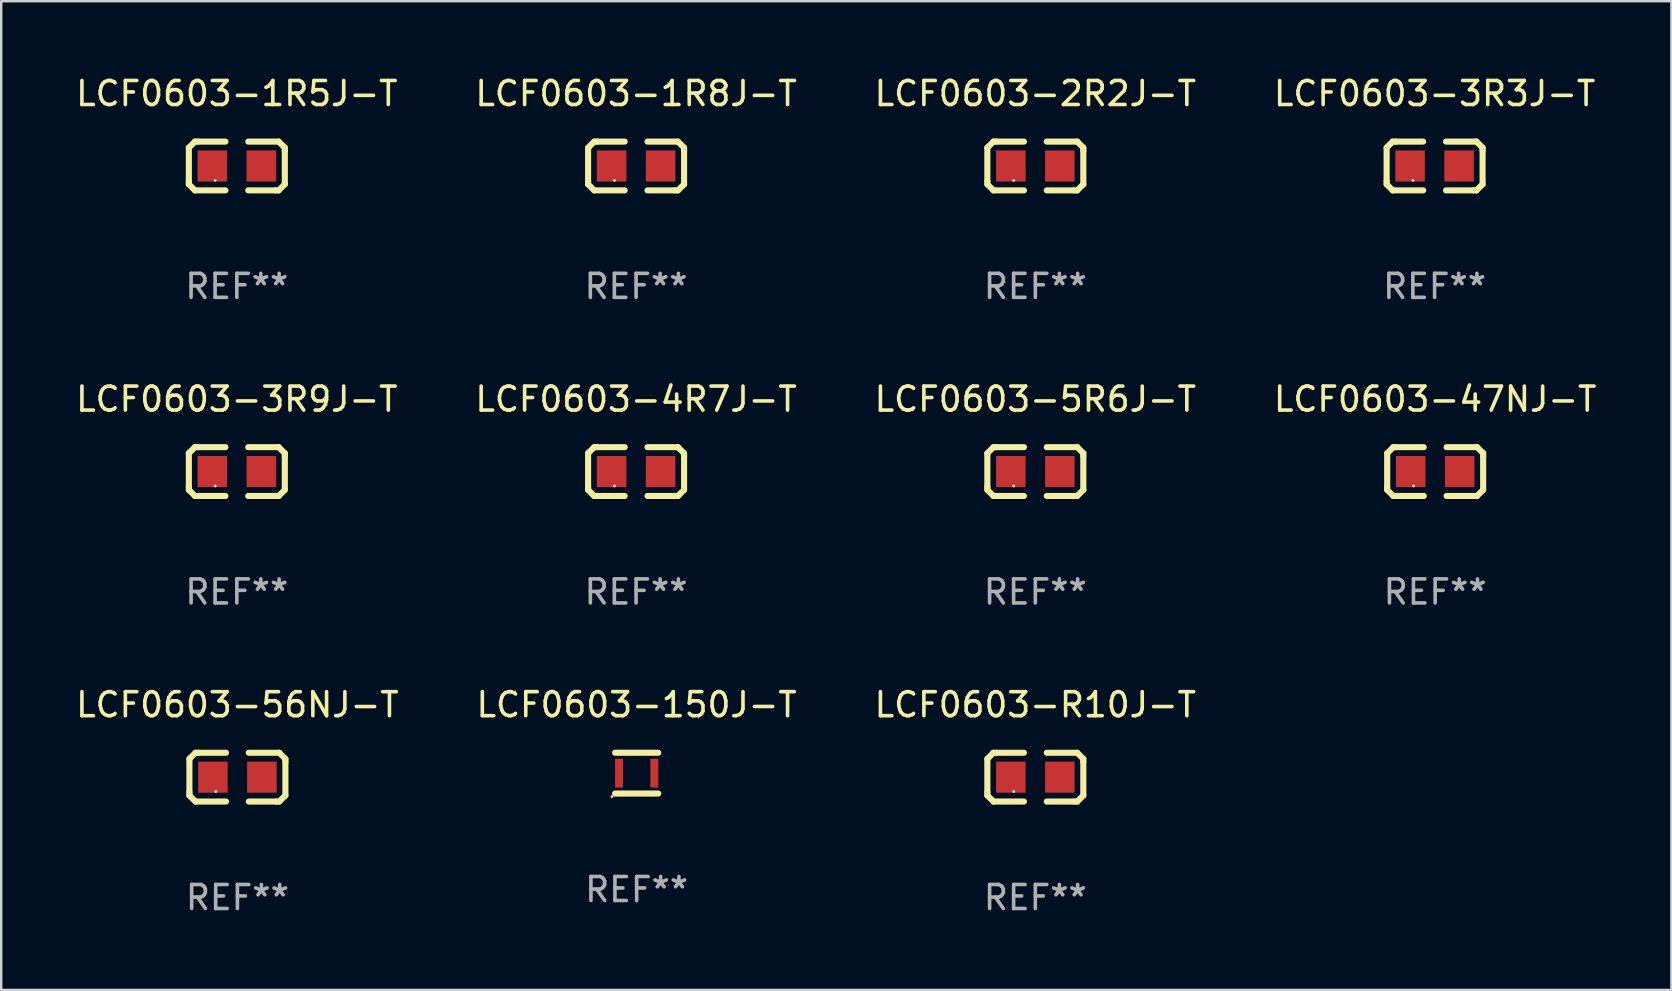
<source format=kicad_pcb>
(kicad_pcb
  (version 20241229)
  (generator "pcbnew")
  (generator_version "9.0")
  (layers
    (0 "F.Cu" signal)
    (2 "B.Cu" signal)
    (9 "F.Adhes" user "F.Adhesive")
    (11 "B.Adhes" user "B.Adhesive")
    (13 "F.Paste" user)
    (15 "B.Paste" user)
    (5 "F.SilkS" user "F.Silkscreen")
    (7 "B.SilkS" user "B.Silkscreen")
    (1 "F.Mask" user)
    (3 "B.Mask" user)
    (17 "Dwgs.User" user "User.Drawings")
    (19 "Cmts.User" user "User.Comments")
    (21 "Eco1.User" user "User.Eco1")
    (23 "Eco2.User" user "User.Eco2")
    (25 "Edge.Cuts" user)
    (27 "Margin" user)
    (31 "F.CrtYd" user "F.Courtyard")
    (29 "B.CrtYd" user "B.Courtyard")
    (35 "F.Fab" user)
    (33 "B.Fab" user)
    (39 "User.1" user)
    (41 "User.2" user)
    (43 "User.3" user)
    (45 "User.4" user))
  (footprint "LCF0603-R10J-T"
    (layer "F.Cu")
    (at 40.077 29.322)
    (property "Reference" "LCF0603-R10J-T" (at 0 -3.016 0) (layer "F.SilkS") (effects (font (size 1 1) (thickness 0.15))))
    (attr through_hole)
    (fp_line (start -1.999 -0.762) (end -1.999 0.635) (stroke (width 0.254) (type solid)) (layer "F.SilkS"))
    (fp_line (start -1.999 0.635) (end -1.999 0.762) (stroke (width 0.254) (type solid)) (layer "F.SilkS"))
    (fp_line (start -1.999 0.762) (end -1.745 1.016) (stroke (width 0.254) (type solid)) (layer "F.SilkS"))
    (fp_line (start -1.745 -1.016) (end -1.999 -0.762) (stroke (width 0.254) (type solid)) (layer "F.SilkS"))
    (fp_line (start -1.745 1.016) (end -0.475 1.016) (stroke (width 0.254) (type solid)) (layer "F.SilkS"))
    (fp_line (start -1.618 -1.016) (end -1.745 -1.016) (stroke (width 0.254) (type solid)) (layer "F.SilkS"))
    (fp_line (start -0.475 -1.016) (end -1.618 -1.016) (stroke (width 0.254) (type solid)) (layer "F.SilkS"))
    (fp_line (start 0.475 1.016) (end 1.618 1.016) (stroke (width 0.254) (type solid)) (layer "F.SilkS"))
    (fp_line (start 1.618 1.016) (end 1.745 1.016) (stroke (width 0.254) (type solid)) (layer "F.SilkS"))
    (fp_line (start 1.745 -1.016) (end 0.475 -1.016) (stroke (width 0.254) (type solid)) (layer "F.SilkS"))
    (fp_line (start 1.745 1.016) (end 1.999 0.762) (stroke (width 0.254) (type solid)) (layer "F.SilkS"))
    (fp_line (start 1.999 -0.762) (end 1.745 -1.016) (stroke (width 0.254) (type solid)) (layer "F.SilkS"))
    (fp_line (start 1.999 -0.635) (end 1.999 -0.762) (stroke (width 0.254) (type solid)) (layer "F.SilkS"))
    (fp_line (start 1.999 0.762) (end 1.999 -0.635) (stroke (width 0.254) (type solid)) (layer "F.SilkS"))
    (fp_circle (center -0.9 0.6) (end -0.87 0.6) (stroke (width 0.06) (type solid)) (fill no) (layer "F.SilkS"))
    (fp_text user "REF**" (at 0 5.016 0) (layer "F.Fab") (effects (font (size 1 1) (thickness 0.15))))
    (pad "1" smd rect (at -1.02 0) (size 1.23 1.296) (layers "F.Cu" "F.Mask" "F.Paste"))
    (pad "2" smd rect (at 1.02 0) (size 1.23 1.296) (layers "F.Cu" "F.Mask" "F.Paste")))
  (footprint "LCF0603-3R3J-T"
    (layer "F.Cu")
    (at 56.708 3.864)
    (property "Reference" "LCF0603-3R3J-T" (at 0 -3.016 0) (layer "F.SilkS") (effects (font (size 1 1) (thickness 0.15))))
    (attr through_hole)
    (fp_line (start -1.999 -0.762) (end -1.999 0.635) (stroke (width 0.254) (type solid)) (layer "F.SilkS"))
    (fp_line (start -1.999 0.635) (end -1.999 0.762) (stroke (width 0.254) (type solid)) (layer "F.SilkS"))
    (fp_line (start -1.999 0.762) (end -1.745 1.016) (stroke (width 0.254) (type solid)) (layer "F.SilkS"))
    (fp_line (start -1.745 -1.016) (end -1.999 -0.762) (stroke (width 0.254) (type solid)) (layer "F.SilkS"))
    (fp_line (start -1.745 1.016) (end -0.475 1.016) (stroke (width 0.254) (type solid)) (layer "F.SilkS"))
    (fp_line (start -1.618 -1.016) (end -1.745 -1.016) (stroke (width 0.254) (type solid)) (layer "F.SilkS"))
    (fp_line (start -0.475 -1.016) (end -1.618 -1.016) (stroke (width 0.254) (type solid)) (layer "F.SilkS"))
    (fp_line (start 0.475 1.016) (end 1.618 1.016) (stroke (width 0.254) (type solid)) (layer "F.SilkS"))
    (fp_line (start 1.618 1.016) (end 1.745 1.016) (stroke (width 0.254) (type solid)) (layer "F.SilkS"))
    (fp_line (start 1.745 -1.016) (end 0.475 -1.016) (stroke (width 0.254) (type solid)) (layer "F.SilkS"))
    (fp_line (start 1.745 1.016) (end 1.999 0.762) (stroke (width 0.254) (type solid)) (layer "F.SilkS"))
    (fp_line (start 1.999 -0.762) (end 1.745 -1.016) (stroke (width 0.254) (type solid)) (layer "F.SilkS"))
    (fp_line (start 1.999 -0.635) (end 1.999 -0.762) (stroke (width 0.254) (type solid)) (layer "F.SilkS"))
    (fp_line (start 1.999 0.762) (end 1.999 -0.635) (stroke (width 0.254) (type solid)) (layer "F.SilkS"))
    (fp_circle (center -0.9 0.6) (end -0.87 0.6) (stroke (width 0.06) (type solid)) (fill no) (layer "F.SilkS"))
    (fp_text user "REF**" (at 0 5.016 0) (layer "F.Fab") (effects (font (size 1 1) (thickness 0.15))))
    (pad "1" smd rect (at -1.02 0) (size 1.23 1.296) (layers "F.Cu" "F.Mask" "F.Paste"))
    (pad "2" smd rect (at 1.02 0) (size 1.23 1.296) (layers "F.Cu" "F.Mask" "F.Paste")))
  (footprint "LCF0603-5R6J-T"
    (layer "F.Cu")
    (at 40.077 16.593)
    (property "Reference" "LCF0603-5R6J-T" (at 0 -3.016 0) (layer "F.SilkS") (effects (font (size 1 1) (thickness 0.15))))
    (attr through_hole)
    (fp_line (start -1.999 -0.762) (end -1.999 0.635) (stroke (width 0.254) (type solid)) (layer "F.SilkS"))
    (fp_line (start -1.999 0.635) (end -1.999 0.762) (stroke (width 0.254) (type solid)) (layer "F.SilkS"))
    (fp_line (start -1.999 0.762) (end -1.745 1.016) (stroke (width 0.254) (type solid)) (layer "F.SilkS"))
    (fp_line (start -1.745 -1.016) (end -1.999 -0.762) (stroke (width 0.254) (type solid)) (layer "F.SilkS"))
    (fp_line (start -1.745 1.016) (end -0.475 1.016) (stroke (width 0.254) (type solid)) (layer "F.SilkS"))
    (fp_line (start -1.618 -1.016) (end -1.745 -1.016) (stroke (width 0.254) (type solid)) (layer "F.SilkS"))
    (fp_line (start -0.475 -1.016) (end -1.618 -1.016) (stroke (width 0.254) (type solid)) (layer "F.SilkS"))
    (fp_line (start 0.475 1.016) (end 1.618 1.016) (stroke (width 0.254) (type solid)) (layer "F.SilkS"))
    (fp_line (start 1.618 1.016) (end 1.745 1.016) (stroke (width 0.254) (type solid)) (layer "F.SilkS"))
    (fp_line (start 1.745 -1.016) (end 0.475 -1.016) (stroke (width 0.254) (type solid)) (layer "F.SilkS"))
    (fp_line (start 1.745 1.016) (end 1.999 0.762) (stroke (width 0.254) (type solid)) (layer "F.SilkS"))
    (fp_line (start 1.999 -0.762) (end 1.745 -1.016) (stroke (width 0.254) (type solid)) (layer "F.SilkS"))
    (fp_line (start 1.999 -0.635) (end 1.999 -0.762) (stroke (width 0.254) (type solid)) (layer "F.SilkS"))
    (fp_line (start 1.999 0.762) (end 1.999 -0.635) (stroke (width 0.254) (type solid)) (layer "F.SilkS"))
    (fp_circle (center -0.9 0.6) (end -0.87 0.6) (stroke (width 0.06) (type solid)) (fill no) (layer "F.SilkS"))
    (fp_text user "REF**" (at 0 5.016 0) (layer "F.Fab") (effects (font (size 1 1) (thickness 0.15))))
    (pad "1" smd rect (at -1.02 0) (size 1.23 1.296) (layers "F.Cu" "F.Mask" "F.Paste"))
    (pad "2" smd rect (at 1.02 0) (size 1.23 1.296) (layers "F.Cu" "F.Mask" "F.Paste")))
  (footprint "LCF0603-56NJ-T"
    (layer "F.Cu")
    (at 6.839 29.322)
    (property "Reference" "LCF0603-56NJ-T" (at 0 -3.016 0) (layer "F.SilkS") (effects (font (size 1 1) (thickness 0.15))))
    (attr through_hole)
    (fp_line (start -1.999 -0.762) (end -1.999 0.635) (stroke (width 0.254) (type solid)) (layer "F.SilkS"))
    (fp_line (start -1.999 0.635) (end -1.999 0.762) (stroke (width 0.254) (type solid)) (layer "F.SilkS"))
    (fp_line (start -1.999 0.762) (end -1.745 1.016) (stroke (width 0.254) (type solid)) (layer "F.SilkS"))
    (fp_line (start -1.745 -1.016) (end -1.999 -0.762) (stroke (width 0.254) (type solid)) (layer "F.SilkS"))
    (fp_line (start -1.745 1.016) (end -0.475 1.016) (stroke (width 0.254) (type solid)) (layer "F.SilkS"))
    (fp_line (start -1.618 -1.016) (end -1.745 -1.016) (stroke (width 0.254) (type solid)) (layer "F.SilkS"))
    (fp_line (start -0.475 -1.016) (end -1.618 -1.016) (stroke (width 0.254) (type solid)) (layer "F.SilkS"))
    (fp_line (start 0.475 1.016) (end 1.618 1.016) (stroke (width 0.254) (type solid)) (layer "F.SilkS"))
    (fp_line (start 1.618 1.016) (end 1.745 1.016) (stroke (width 0.254) (type solid)) (layer "F.SilkS"))
    (fp_line (start 1.745 -1.016) (end 0.475 -1.016) (stroke (width 0.254) (type solid)) (layer "F.SilkS"))
    (fp_line (start 1.745 1.016) (end 1.999 0.762) (stroke (width 0.254) (type solid)) (layer "F.SilkS"))
    (fp_line (start 1.999 -0.762) (end 1.745 -1.016) (stroke (width 0.254) (type solid)) (layer "F.SilkS"))
    (fp_line (start 1.999 -0.635) (end 1.999 -0.762) (stroke (width 0.254) (type solid)) (layer "F.SilkS"))
    (fp_line (start 1.999 0.762) (end 1.999 -0.635) (stroke (width 0.254) (type solid)) (layer "F.SilkS"))
    (fp_circle (center -0.9 0.6) (end -0.87 0.6) (stroke (width 0.06) (type solid)) (fill no) (layer "F.SilkS"))
    (fp_text user "REF**" (at 0 5.016 0) (layer "F.Fab") (effects (font (size 1 1) (thickness 0.15))))
    (pad "1" smd rect (at -1.02 0) (size 1.23 1.296) (layers "F.Cu" "F.Mask" "F.Paste"))
    (pad "2" smd rect (at 1.02 0) (size 1.23 1.296) (layers "F.Cu" "F.Mask" "F.Paste")))
  (footprint "LCF0603-2R2J-T"
    (layer "F.Cu")
    (at 40.077 3.864)
    (property "Reference" "LCF0603-2R2J-T" (at 0 -3.016 0) (layer "F.SilkS") (effects (font (size 1 1) (thickness 0.15))))
    (attr through_hole)
    (fp_line (start -1.999 -0.762) (end -1.999 0.635) (stroke (width 0.254) (type solid)) (layer "F.SilkS"))
    (fp_line (start -1.999 0.635) (end -1.999 0.762) (stroke (width 0.254) (type solid)) (layer "F.SilkS"))
    (fp_line (start -1.999 0.762) (end -1.745 1.016) (stroke (width 0.254) (type solid)) (layer "F.SilkS"))
    (fp_line (start -1.745 -1.016) (end -1.999 -0.762) (stroke (width 0.254) (type solid)) (layer "F.SilkS"))
    (fp_line (start -1.745 1.016) (end -0.475 1.016) (stroke (width 0.254) (type solid)) (layer "F.SilkS"))
    (fp_line (start -1.618 -1.016) (end -1.745 -1.016) (stroke (width 0.254) (type solid)) (layer "F.SilkS"))
    (fp_line (start -0.475 -1.016) (end -1.618 -1.016) (stroke (width 0.254) (type solid)) (layer "F.SilkS"))
    (fp_line (start 0.475 1.016) (end 1.618 1.016) (stroke (width 0.254) (type solid)) (layer "F.SilkS"))
    (fp_line (start 1.618 1.016) (end 1.745 1.016) (stroke (width 0.254) (type solid)) (layer "F.SilkS"))
    (fp_line (start 1.745 -1.016) (end 0.475 -1.016) (stroke (width 0.254) (type solid)) (layer "F.SilkS"))
    (fp_line (start 1.745 1.016) (end 1.999 0.762) (stroke (width 0.254) (type solid)) (layer "F.SilkS"))
    (fp_line (start 1.999 -0.762) (end 1.745 -1.016) (stroke (width 0.254) (type solid)) (layer "F.SilkS"))
    (fp_line (start 1.999 -0.635) (end 1.999 -0.762) (stroke (width 0.254) (type solid)) (layer "F.SilkS"))
    (fp_line (start 1.999 0.762) (end 1.999 -0.635) (stroke (width 0.254) (type solid)) (layer "F.SilkS"))
    (fp_circle (center -0.9 0.6) (end -0.87 0.6) (stroke (width 0.06) (type solid)) (fill no) (layer "F.SilkS"))
    (fp_text user "REF**" (at 0 5.016 0) (layer "F.Fab") (effects (font (size 1 1) (thickness 0.15))))
    (pad "1" smd rect (at -1.02 0) (size 1.23 1.296) (layers "F.Cu" "F.Mask" "F.Paste"))
    (pad "2" smd rect (at 1.02 0) (size 1.23 1.296) (layers "F.Cu" "F.Mask" "F.Paste")))
  (footprint "LCF0603-3R9J-T"
    (layer "F.Cu")
    (at 6.815 16.593)
    (property "Reference" "LCF0603-3R9J-T" (at 0 -3.016 0) (layer "F.SilkS") (effects (font (size 1 1) (thickness 0.15))))
    (attr through_hole)
    (fp_line (start -1.999 -0.762) (end -1.999 0.635) (stroke (width 0.254) (type solid)) (layer "F.SilkS"))
    (fp_line (start -1.999 0.635) (end -1.999 0.762) (stroke (width 0.254) (type solid)) (layer "F.SilkS"))
    (fp_line (start -1.999 0.762) (end -1.745 1.016) (stroke (width 0.254) (type solid)) (layer "F.SilkS"))
    (fp_line (start -1.745 -1.016) (end -1.999 -0.762) (stroke (width 0.254) (type solid)) (layer "F.SilkS"))
    (fp_line (start -1.745 1.016) (end -0.475 1.016) (stroke (width 0.254) (type solid)) (layer "F.SilkS"))
    (fp_line (start -1.618 -1.016) (end -1.745 -1.016) (stroke (width 0.254) (type solid)) (layer "F.SilkS"))
    (fp_line (start -0.475 -1.016) (end -1.618 -1.016) (stroke (width 0.254) (type solid)) (layer "F.SilkS"))
    (fp_line (start 0.475 1.016) (end 1.618 1.016) (stroke (width 0.254) (type solid)) (layer "F.SilkS"))
    (fp_line (start 1.618 1.016) (end 1.745 1.016) (stroke (width 0.254) (type solid)) (layer "F.SilkS"))
    (fp_line (start 1.745 -1.016) (end 0.475 -1.016) (stroke (width 0.254) (type solid)) (layer "F.SilkS"))
    (fp_line (start 1.745 1.016) (end 1.999 0.762) (stroke (width 0.254) (type solid)) (layer "F.SilkS"))
    (fp_line (start 1.999 -0.762) (end 1.745 -1.016) (stroke (width 0.254) (type solid)) (layer "F.SilkS"))
    (fp_line (start 1.999 -0.635) (end 1.999 -0.762) (stroke (width 0.254) (type solid)) (layer "F.SilkS"))
    (fp_line (start 1.999 0.762) (end 1.999 -0.635) (stroke (width 0.254) (type solid)) (layer "F.SilkS"))
    (fp_circle (center -0.9 0.6) (end -0.87 0.6) (stroke (width 0.06) (type solid)) (fill no) (layer "F.SilkS"))
    (fp_text user "REF**" (at 0 5.016 0) (layer "F.Fab") (effects (font (size 1 1) (thickness 0.15))))
    (pad "1" smd rect (at -1.02 0) (size 1.23 1.296) (layers "F.Cu" "F.Mask" "F.Paste"))
    (pad "2" smd rect (at 1.02 0) (size 1.23 1.296) (layers "F.Cu" "F.Mask" "F.Paste")))
  (footprint "LCF0603-150J-T"
    (layer "F.Cu")
    (at 23.47 29.155)
    (property "Reference" "LCF0603-150J-T" (at 0 -2.85 0) (layer "F.SilkS") (effects (font (size 1 1) (thickness 0.15))))
    (attr through_hole)
    (fp_line (start -0.9 -0.85) (end 0.9 -0.85) (stroke (width 0.254) (type solid)) (layer "F.SilkS"))
    (fp_line (start -0.9 0.85) (end 0.9 0.85) (stroke (width 0.254) (type solid)) (layer "F.SilkS"))
    (fp_circle (center -1.027 0.977) (end -0.997 0.977) (stroke (width 0.06) (type solid)) (fill no) (layer "F.SilkS"))
    (fp_text user "REF**" (at 0 4.85 0) (layer "F.Fab") (effects (font (size 1 1) (thickness 0.15))))
    (pad "1" smd rect (at -0.735 0) (size 0.33 1.2) (layers "F.Cu" "F.Mask" "F.Paste"))
    (pad "2" smd rect (at 0.735 0) (size 0.33 1.2) (layers "F.Cu" "F.Mask" "F.Paste")))
  (footprint "LCF0603-1R8J-T"
    (layer "F.Cu")
    (at 23.446 3.864)
    (property "Reference" "LCF0603-1R8J-T" (at 0 -3.016 0) (layer "F.SilkS") (effects (font (size 1 1) (thickness 0.15))))
    (attr through_hole)
    (fp_line (start -1.999 -0.762) (end -1.999 0.635) (stroke (width 0.254) (type solid)) (layer "F.SilkS"))
    (fp_line (start -1.999 0.635) (end -1.999 0.762) (stroke (width 0.254) (type solid)) (layer "F.SilkS"))
    (fp_line (start -1.999 0.762) (end -1.745 1.016) (stroke (width 0.254) (type solid)) (layer "F.SilkS"))
    (fp_line (start -1.745 -1.016) (end -1.999 -0.762) (stroke (width 0.254) (type solid)) (layer "F.SilkS"))
    (fp_line (start -1.745 1.016) (end -0.475 1.016) (stroke (width 0.254) (type solid)) (layer "F.SilkS"))
    (fp_line (start -1.618 -1.016) (end -1.745 -1.016) (stroke (width 0.254) (type solid)) (layer "F.SilkS"))
    (fp_line (start -0.475 -1.016) (end -1.618 -1.016) (stroke (width 0.254) (type solid)) (layer "F.SilkS"))
    (fp_line (start 0.475 1.016) (end 1.618 1.016) (stroke (width 0.254) (type solid)) (layer "F.SilkS"))
    (fp_line (start 1.618 1.016) (end 1.745 1.016) (stroke (width 0.254) (type solid)) (layer "F.SilkS"))
    (fp_line (start 1.745 -1.016) (end 0.475 -1.016) (stroke (width 0.254) (type solid)) (layer "F.SilkS"))
    (fp_line (start 1.745 1.016) (end 1.999 0.762) (stroke (width 0.254) (type solid)) (layer "F.SilkS"))
    (fp_line (start 1.999 -0.762) (end 1.745 -1.016) (stroke (width 0.254) (type solid)) (layer "F.SilkS"))
    (fp_line (start 1.999 -0.635) (end 1.999 -0.762) (stroke (width 0.254) (type solid)) (layer "F.SilkS"))
    (fp_line (start 1.999 0.762) (end 1.999 -0.635) (stroke (width 0.254) (type solid)) (layer "F.SilkS"))
    (fp_circle (center -0.9 0.6) (end -0.87 0.6) (stroke (width 0.06) (type solid)) (fill no) (layer "F.SilkS"))
    (fp_text user "REF**" (at 0 5.016 0) (layer "F.Fab") (effects (font (size 1 1) (thickness 0.15))))
    (pad "1" smd rect (at -1.02 0) (size 1.23 1.296) (layers "F.Cu" "F.Mask" "F.Paste"))
    (pad "2" smd rect (at 1.02 0) (size 1.23 1.296) (layers "F.Cu" "F.Mask" "F.Paste")))
  (footprint "LCF0603-4R7J-T"
    (layer "F.Cu")
    (at 23.446 16.593)
    (property "Reference" "LCF0603-4R7J-T" (at 0 -3.016 0) (layer "F.SilkS") (effects (font (size 1 1) (thickness 0.15))))
    (attr through_hole)
    (fp_line (start -1.999 -0.762) (end -1.999 0.635) (stroke (width 0.254) (type solid)) (layer "F.SilkS"))
    (fp_line (start -1.999 0.635) (end -1.999 0.762) (stroke (width 0.254) (type solid)) (layer "F.SilkS"))
    (fp_line (start -1.999 0.762) (end -1.745 1.016) (stroke (width 0.254) (type solid)) (layer "F.SilkS"))
    (fp_line (start -1.745 -1.016) (end -1.999 -0.762) (stroke (width 0.254) (type solid)) (layer "F.SilkS"))
    (fp_line (start -1.745 1.016) (end -0.475 1.016) (stroke (width 0.254) (type solid)) (layer "F.SilkS"))
    (fp_line (start -1.618 -1.016) (end -1.745 -1.016) (stroke (width 0.254) (type solid)) (layer "F.SilkS"))
    (fp_line (start -0.475 -1.016) (end -1.618 -1.016) (stroke (width 0.254) (type solid)) (layer "F.SilkS"))
    (fp_line (start 0.475 1.016) (end 1.618 1.016) (stroke (width 0.254) (type solid)) (layer "F.SilkS"))
    (fp_line (start 1.618 1.016) (end 1.745 1.016) (stroke (width 0.254) (type solid)) (layer "F.SilkS"))
    (fp_line (start 1.745 -1.016) (end 0.475 -1.016) (stroke (width 0.254) (type solid)) (layer "F.SilkS"))
    (fp_line (start 1.745 1.016) (end 1.999 0.762) (stroke (width 0.254) (type solid)) (layer "F.SilkS"))
    (fp_line (start 1.999 -0.762) (end 1.745 -1.016) (stroke (width 0.254) (type solid)) (layer "F.SilkS"))
    (fp_line (start 1.999 -0.635) (end 1.999 -0.762) (stroke (width 0.254) (type solid)) (layer "F.SilkS"))
    (fp_line (start 1.999 0.762) (end 1.999 -0.635) (stroke (width 0.254) (type solid)) (layer "F.SilkS"))
    (fp_circle (center -0.9 0.6) (end -0.87 0.6) (stroke (width 0.06) (type solid)) (fill no) (layer "F.SilkS"))
    (fp_text user "REF**" (at 0 5.016 0) (layer "F.Fab") (effects (font (size 1 1) (thickness 0.15))))
    (pad "1" smd rect (at -1.02 0) (size 1.23 1.296) (layers "F.Cu" "F.Mask" "F.Paste"))
    (pad "2" smd rect (at 1.02 0) (size 1.23 1.296) (layers "F.Cu" "F.Mask" "F.Paste")))
  (footprint "LCF0603-1R5J-T"
    (layer "F.Cu")
    (at 6.815 3.864)
    (property "Reference" "LCF0603-1R5J-T" (at 0 -3.016 0) (layer "F.SilkS") (effects (font (size 1 1) (thickness 0.15))))
    (attr through_hole)
    (fp_line (start -1.999 -0.762) (end -1.999 0.635) (stroke (width 0.254) (type solid)) (layer "F.SilkS"))
    (fp_line (start -1.999 0.635) (end -1.999 0.762) (stroke (width 0.254) (type solid)) (layer "F.SilkS"))
    (fp_line (start -1.999 0.762) (end -1.745 1.016) (stroke (width 0.254) (type solid)) (layer "F.SilkS"))
    (fp_line (start -1.745 -1.016) (end -1.999 -0.762) (stroke (width 0.254) (type solid)) (layer "F.SilkS"))
    (fp_line (start -1.745 1.016) (end -0.475 1.016) (stroke (width 0.254) (type solid)) (layer "F.SilkS"))
    (fp_line (start -1.618 -1.016) (end -1.745 -1.016) (stroke (width 0.254) (type solid)) (layer "F.SilkS"))
    (fp_line (start -0.475 -1.016) (end -1.618 -1.016) (stroke (width 0.254) (type solid)) (layer "F.SilkS"))
    (fp_line (start 0.475 1.016) (end 1.618 1.016) (stroke (width 0.254) (type solid)) (layer "F.SilkS"))
    (fp_line (start 1.618 1.016) (end 1.745 1.016) (stroke (width 0.254) (type solid)) (layer "F.SilkS"))
    (fp_line (start 1.745 -1.016) (end 0.475 -1.016) (stroke (width 0.254) (type solid)) (layer "F.SilkS"))
    (fp_line (start 1.745 1.016) (end 1.999 0.762) (stroke (width 0.254) (type solid)) (layer "F.SilkS"))
    (fp_line (start 1.999 -0.762) (end 1.745 -1.016) (stroke (width 0.254) (type solid)) (layer "F.SilkS"))
    (fp_line (start 1.999 -0.635) (end 1.999 -0.762) (stroke (width 0.254) (type solid)) (layer "F.SilkS"))
    (fp_line (start 1.999 0.762) (end 1.999 -0.635) (stroke (width 0.254) (type solid)) (layer "F.SilkS"))
    (fp_circle (center -0.9 0.6) (end -0.87 0.6) (stroke (width 0.06) (type solid)) (fill no) (layer "F.SilkS"))
    (fp_text user "REF**" (at 0 5.016 0) (layer "F.Fab") (effects (font (size 1 1) (thickness 0.15))))
    (pad "1" smd rect (at -1.02 0) (size 1.23 1.296) (layers "F.Cu" "F.Mask" "F.Paste"))
    (pad "2" smd rect (at 1.02 0) (size 1.23 1.296) (layers "F.Cu" "F.Mask" "F.Paste")))
  (footprint "LCF0603-47NJ-T"
    (layer "F.Cu")
    (at 56.732 16.593)
    (property "Reference" "LCF0603-47NJ-T" (at 0 -3.016 0) (layer "F.SilkS") (effects (font (size 1 1) (thickness 0.15))))
    (attr through_hole)
    (fp_line (start -1.999 -0.762) (end -1.999 0.635) (stroke (width 0.254) (type solid)) (layer "F.SilkS"))
    (fp_line (start -1.999 0.635) (end -1.999 0.762) (stroke (width 0.254) (type solid)) (layer "F.SilkS"))
    (fp_line (start -1.999 0.762) (end -1.745 1.016) (stroke (width 0.254) (type solid)) (layer "F.SilkS"))
    (fp_line (start -1.745 -1.016) (end -1.999 -0.762) (stroke (width 0.254) (type solid)) (layer "F.SilkS"))
    (fp_line (start -1.745 1.016) (end -0.475 1.016) (stroke (width 0.254) (type solid)) (layer "F.SilkS"))
    (fp_line (start -1.618 -1.016) (end -1.745 -1.016) (stroke (width 0.254) (type solid)) (layer "F.SilkS"))
    (fp_line (start -0.475 -1.016) (end -1.618 -1.016) (stroke (width 0.254) (type solid)) (layer "F.SilkS"))
    (fp_line (start 0.475 1.016) (end 1.618 1.016) (stroke (width 0.254) (type solid)) (layer "F.SilkS"))
    (fp_line (start 1.618 1.016) (end 1.745 1.016) (stroke (width 0.254) (type solid)) (layer "F.SilkS"))
    (fp_line (start 1.745 -1.016) (end 0.475 -1.016) (stroke (width 0.254) (type solid)) (layer "F.SilkS"))
    (fp_line (start 1.745 1.016) (end 1.999 0.762) (stroke (width 0.254) (type solid)) (layer "F.SilkS"))
    (fp_line (start 1.999 -0.762) (end 1.745 -1.016) (stroke (width 0.254) (type solid)) (layer "F.SilkS"))
    (fp_line (start 1.999 -0.635) (end 1.999 -0.762) (stroke (width 0.254) (type solid)) (layer "F.SilkS"))
    (fp_line (start 1.999 0.762) (end 1.999 -0.635) (stroke (width 0.254) (type solid)) (layer "F.SilkS"))
    (fp_circle (center -0.9 0.6) (end -0.87 0.6) (stroke (width 0.06) (type solid)) (fill no) (layer "F.SilkS"))
    (fp_text user "REF**" (at 0 5.016 0) (layer "F.Fab") (effects (font (size 1 1) (thickness 0.15))))
    (pad "1" smd rect (at -1.02 0) (size 1.23 1.296) (layers "F.Cu" "F.Mask" "F.Paste"))
    (pad "2" smd rect (at 1.02 0) (size 1.23 1.296) (layers "F.Cu" "F.Mask" "F.Paste")))
  (gr_rect
    (start -3 -3)
    (end 66.571 38.186)
    (stroke (width 0.1) (type default))
    (fill no)
    (layer "Edge.Cuts")))
</source>
